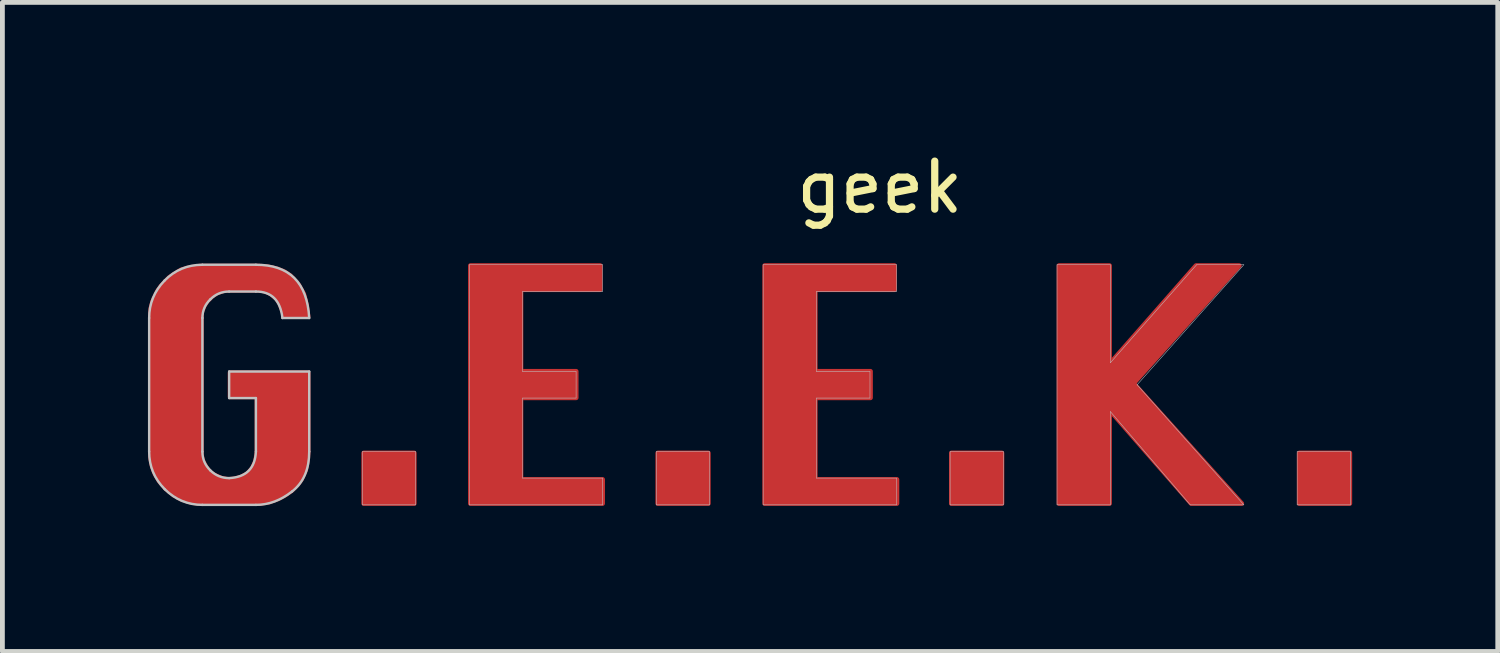
<source format=kicad_pcb>
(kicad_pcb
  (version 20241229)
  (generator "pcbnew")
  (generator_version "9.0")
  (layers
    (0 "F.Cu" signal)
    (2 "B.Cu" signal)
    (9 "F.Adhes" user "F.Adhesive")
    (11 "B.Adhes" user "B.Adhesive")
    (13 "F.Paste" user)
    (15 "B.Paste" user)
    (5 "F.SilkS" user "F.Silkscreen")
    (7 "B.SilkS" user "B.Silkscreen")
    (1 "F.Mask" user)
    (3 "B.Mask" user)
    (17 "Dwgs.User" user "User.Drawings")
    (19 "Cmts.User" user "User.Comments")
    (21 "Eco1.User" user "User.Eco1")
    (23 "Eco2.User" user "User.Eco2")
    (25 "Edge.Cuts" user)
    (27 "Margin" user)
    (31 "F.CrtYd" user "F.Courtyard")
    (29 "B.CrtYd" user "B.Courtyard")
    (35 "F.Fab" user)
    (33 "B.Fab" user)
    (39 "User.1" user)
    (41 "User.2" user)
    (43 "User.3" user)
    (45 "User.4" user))
  (footprint "geek"
    (layer "F.Cu")
    (at 11.64 5.078)
    (property "Reference" "geek" (at 3.62 -4.23 0) (layer "F.SilkS") (effects (font (size 1 1) (thickness 0.15))))
    (attr through_hole)
    (fp_poly (pts (xy -7.12 1.3) (xy -7.12 2.35) (xy -6.07 2.35) (xy -6.07 1.3)) (stroke (width 0.1) (type solid)) (fill yes) (layer "F.Cu"))
    (fp_poly (pts (xy -1 1.3) (xy -1 2.35) (xy 0.05 2.35) (xy 0.05 1.3)) (stroke (width 0.1) (type solid)) (fill yes) (layer "F.Cu"))
    (fp_poly (pts (xy 5.11 1.3) (xy 5.11 2.35) (xy 6.16 2.35) (xy 6.16 1.3)) (stroke (width 0.1) (type solid)) (fill yes) (layer "F.Cu"))
    (fp_poly (pts (xy 12.35 1.3) (xy 12.35 2.35) (xy 13.4 2.35) (xy 13.4 1.3)) (stroke (width 0.1) (type solid)) (fill yes) (layer "F.Cu"))
    (fp_poly (pts (xy 7.35 -2.6) (xy 7.35 2.35) (xy 8.4 2.35) (xy 8.4 0.4) (xy 10.1 2.35) (xy 11.15 2.35) (xy 8.9 -0.15) (xy 11.1 -2.6) (xy 10.2 -2.6) (xy 8.4 -0.55) (xy 8.4 -2.6)) (stroke (width 0.1) (type solid)) (fill yes) (layer "F.Cu"))
    (fp_poly (pts (xy -4.9 -2.6) (xy -4.9 2.35) (xy -2.15 2.35) (xy -2.15 1.85) (xy -3.85 1.85) (xy -3.85 0.15) (xy -2.7 0.15) (xy -2.7 -0.4) (xy -3.85 -0.4) (xy -3.85 -2.1) (xy -2.2 -2.1) (xy -2.2 -2.6)) (stroke (width 0.1) (type solid)) (fill yes) (layer "F.Cu"))
    (fp_poly (pts (xy 1.225 -2.6) (xy 1.225 2.35) (xy 3.975 2.35) (xy 3.975 1.85) (xy 2.275 1.85) (xy 2.275 0.15) (xy 3.425 0.15) (xy 3.425 -0.4) (xy 2.275 -0.4) (xy 2.275 -2.1) (xy 3.925 -2.1) (xy 3.925 -2.6)) (stroke (width 0.1) (type solid)) (fill yes) (layer "F.Cu"))
    (fp_poly (pts (xy -8.79 -1.54) (xy -8.28 -1.54) (xy -8.31 -1.77) (xy -8.37 -2.01) (xy -8.49 -2.22) (xy -8.65 -2.39) (xy -8.77 -2.47) (xy -8.92 -2.53) (xy -9.09 -2.57) (xy -9.3 -2.59) (xy -10.53 -2.59) (xy -10.78 -2.55) (xy -10.92 -2.51) (xy -11.05 -2.43) (xy -11.17 -2.35) (xy -11.34 -2.17) (xy -11.41 -2.07) (xy -11.51 -1.86) (xy -11.55 -1.71) (xy -11.56 -1.54) (xy -11.56 1.28) (xy -11.55 1.43) (xy -11.52 1.58) (xy -11.46 1.74) (xy -11.37 1.89) (xy -11.24 2.04) (xy -11.08 2.17) (xy -10.92 2.26) (xy -10.7 2.33) (xy -10.52 2.35) (xy -9.29 2.35) (xy -9.09 2.32) (xy -8.9 2.25) (xy -8.75 2.17) (xy -8.62 2.08) (xy -8.5 1.96) (xy -8.42 1.85) (xy -8.33 1.65) (xy -8.29 1.45) (xy -8.28 1.29) (xy -8.28 -0.37) (xy -9.9 -0.37) (xy -9.9 0.13) (xy -9.34 0.13) (xy -9.34 1.28) (xy -9.37 1.47) (xy -9.44 1.62) (xy -9.54 1.73) (xy -9.67 1.8) (xy -9.81 1.84) (xy -9.94 1.85) (xy -10.07 1.83) (xy -10.23 1.76) (xy -10.33 1.69) (xy -10.41 1.58) (xy -10.48 1.45) (xy -10.5 1.32) (xy -10.5 -1.55) (xy -10.49 -1.65) (xy -10.44 -1.77) (xy -10.38 -1.86) (xy -10.28 -1.96) (xy -10.18 -2.03) (xy -10.03 -2.08) (xy -9.92 -2.09) (xy -9.34 -2.09) (xy -9.23 -2.08) (xy -9.15 -2.06) (xy -9.05 -2.01) (xy -8.93 -1.91) (xy -8.87 -1.82) (xy -8.83 -1.72) (xy -8.79 -1.61)) (stroke (width 0.1) (type solid)) (fill yes) (layer "F.Cu"))
    (fp_poly (pts (xy -7.15 1.27) (xy -7.15 2.38) (xy -6.04 2.38) (xy -6.04 1.27)) (stroke (width 0.1) (type solid)) (fill yes) (layer "F.Mask"))
    (fp_poly (pts (xy -1.03 1.27) (xy -1.03 2.38) (xy 0.08 2.38) (xy 0.08 1.27)) (stroke (width 0.1) (type solid)) (fill yes) (layer "F.Mask"))
    (fp_poly (pts (xy 5.08 1.27) (xy 5.08 2.38) (xy 6.19 2.38) (xy 6.19 1.27)) (stroke (width 0.1) (type solid)) (fill yes) (layer "F.Mask"))
    (fp_poly (pts (xy 12.32 1.27) (xy 12.32 2.38) (xy 13.43 2.38) (xy 13.43 1.27)) (stroke (width 0.1) (type solid)) (fill yes) (layer "F.Mask"))
    (fp_poly (pts (xy 7.31 -2.62) (xy 7.31 2.38) (xy 8.42 2.38) (xy 8.42 0.44) (xy 10.08 2.38) (xy 11.2 2.38) (xy 8.98 -0.12) (xy 11.2 -2.62) (xy 10.21 -2.62) (xy 8.42 -0.58) (xy 8.42 -2.62)) (stroke (width 0.1) (type solid)) (fill yes) (layer "F.Mask"))
    (fp_poly (pts (xy -4.92 -2.62) (xy -4.92 2.38) (xy -2.15 2.38) (xy -2.15 1.82) (xy -3.81 1.82) (xy -3.81 0.16) (xy -2.7 0.16) (xy -2.7 -0.4) (xy -3.81 -0.4) (xy -3.81 -2.06) (xy -2.15 -2.06) (xy -2.15 -2.62)) (stroke (width 0.1) (type solid)) (fill yes) (layer "F.Mask"))
    (fp_poly (pts (xy 1.2 -2.62) (xy 1.2 2.38) (xy 3.97 2.38) (xy 3.97 1.82) (xy 2.31 1.82) (xy 2.31 0.16) (xy 3.42 0.16) (xy 3.42 -0.4) (xy 2.31 -0.4) (xy 2.31 -2.06) (xy 3.97 -2.06) (xy 3.97 -2.62)) (stroke (width 0.1) (type solid)) (fill yes) (layer "F.Mask"))
    (fp_poly (pts (xy -8.81 -1.51) (xy -8.83 -1.62) (xy -8.85 -1.7) (xy -8.89 -1.8) (xy -8.95 -1.89) (xy -9.02 -1.96) (xy -9.1 -2.01) (xy -9.19 -2.04) (xy -9.3 -2.06) (xy -9.96 -2.06) (xy -10.08 -2.04) (xy -10.18 -2) (xy -10.24 -1.96) (xy -10.31 -1.9) (xy -10.38 -1.82) (xy -10.43 -1.74) (xy -10.47 -1.62) (xy -10.48 -1.52) (xy -10.48 1.3) (xy -10.46 1.42) (xy -10.42 1.52) (xy -10.36 1.61) (xy -10.28 1.69) (xy -10.18 1.76) (xy -10.08 1.8) (xy -9.96 1.82) (xy -9.88 1.82) (xy -9.8 1.81) (xy -9.7 1.78) (xy -9.6 1.74) (xy -9.51 1.67) (xy -9.44 1.57) (xy -9.39 1.46) (xy -9.37 1.34) (xy -9.36 1.27) (xy -9.36 0.16) (xy -9.92 0.16) (xy -9.92 -0.39) (xy -8.26 -0.39) (xy -8.26 1.4) (xy -8.28 1.53) (xy -8.31 1.66) (xy -8.35 1.77) (xy -8.4 1.86) (xy -8.46 1.95) (xy -8.54 2.04) (xy -8.62 2.11) (xy -8.69 2.16) (xy -8.79 2.22) (xy -8.9 2.28) (xy -9.03 2.33) (xy -9.16 2.36) (xy -9.3 2.38) (xy -10.51 2.38) (xy -10.68 2.36) (xy -10.84 2.32) (xy -10.98 2.26) (xy -11.1 2.19) (xy -11.22 2.09) (xy -11.31 2) (xy -11.39 1.9) (xy -11.47 1.77) (xy -11.52 1.66) (xy -11.56 1.51) (xy -11.58 1.39) (xy -11.59 1.27) (xy -11.59 -1.52) (xy -11.57 -1.7) (xy -11.54 -1.84) (xy -11.48 -1.99) (xy -11.43 -2.08) (xy -11.35 -2.19) (xy -11.27 -2.28) (xy -11.18 -2.37) (xy -11.07 -2.45) (xy -10.93 -2.53) (xy -10.79 -2.58) (xy -10.63 -2.61) (xy -10.52 -2.62) (xy -9.31 -2.62) (xy -9.1 -2.6) (xy -8.9 -2.55) (xy -8.74 -2.48) (xy -8.6 -2.38) (xy -8.48 -2.25) (xy -8.39 -2.11) (xy -8.32 -1.92) (xy -8.28 -1.74) (xy -8.26 -1.59) (xy -8.26 -1.51)) (stroke (width 0.1) (type solid)) (fill yes) (layer "F.Mask"))
    (fp_line (start -11.586 1.27) (end -11.586 -1.51) (stroke (width 0.05) (type solid)) (layer "Dwgs.User"))
    (fp_line (start -10.478 -2.618) (end -9.364 -2.618) (stroke (width 0.05) (type solid)) (layer "Dwgs.User"))
    (fp_line (start -10.478 -1.51) (end -10.478 1.27) (stroke (width 0.05) (type solid)) (layer "Dwgs.User"))
    (fp_line (start -9.921 -0.396) (end -8.255 -0.396) (stroke (width 0.05) (type solid)) (layer "Dwgs.User"))
    (fp_line (start -9.921 0.156) (end -9.921 -0.396) (stroke (width 0.05) (type solid)) (layer "Dwgs.User"))
    (fp_line (start -9.364 -2.061) (end -9.921 -2.061) (stroke (width 0.05) (type solid)) (layer "Dwgs.User"))
    (fp_line (start -9.364 0.156) (end -9.921 0.156) (stroke (width 0.05) (type solid)) (layer "Dwgs.User"))
    (fp_line (start -9.364 1.27) (end -9.364 0.156) (stroke (width 0.05) (type solid)) (layer "Dwgs.User"))
    (fp_line (start -9.364 2.379) (end -10.478 2.379) (stroke (width 0.05) (type solid)) (layer "Dwgs.User"))
    (fp_line (start -8.255 -1.51) (end -8.812 -1.51) (stroke (width 0.05) (type solid)) (layer "Dwgs.User"))
    (fp_line (start -8.255 -0.396) (end -8.255 1.27) (stroke (width 0.05) (type solid)) (layer "Dwgs.User"))
    (fp_line (start -7.149 1.27) (end -6.04 1.27) (stroke (width 0.01) (type solid)) (layer "Dwgs.User"))
    (fp_line (start -7.149 2.379) (end -7.149 1.27) (stroke (width 0.01) (type solid)) (layer "Dwgs.User"))
    (fp_line (start -6.04 1.27) (end -6.04 2.379) (stroke (width 0.01) (type solid)) (layer "Dwgs.User"))
    (fp_line (start -6.04 2.379) (end -7.149 2.379) (stroke (width 0.01) (type solid)) (layer "Dwgs.User"))
    (fp_line (start -4.924 -2.618) (end -2.149 -2.618) (stroke (width 0.01) (type solid)) (layer "Dwgs.User"))
    (fp_line (start -4.924 2.379) (end -4.924 -2.618) (stroke (width 0.01) (type solid)) (layer "Dwgs.User"))
    (fp_line (start -3.815 -2.061) (end -3.815 -0.396) (stroke (width 0.01) (type solid)) (layer "Dwgs.User"))
    (fp_line (start -3.815 -0.396) (end -2.701 -0.396) (stroke (width 0.01) (type solid)) (layer "Dwgs.User"))
    (fp_line (start -3.815 0.156) (end -3.815 1.822) (stroke (width 0.01) (type solid)) (layer "Dwgs.User"))
    (fp_line (start -3.815 1.822) (end -2.149 1.822) (stroke (width 0.01) (type solid)) (layer "Dwgs.User"))
    (fp_line (start -2.701 -0.396) (end -2.701 0.156) (stroke (width 0.01) (type solid)) (layer "Dwgs.User"))
    (fp_line (start -2.701 0.156) (end -3.815 0.156) (stroke (width 0.01) (type solid)) (layer "Dwgs.User"))
    (fp_line (start -2.149 -2.618) (end -2.149 -2.061) (stroke (width 0.01) (type solid)) (layer "Dwgs.User"))
    (fp_line (start -2.149 -2.061) (end -3.815 -2.061) (stroke (width 0.01) (type solid)) (layer "Dwgs.User"))
    (fp_line (start -2.149 1.822) (end -2.149 2.379) (stroke (width 0.01) (type solid)) (layer "Dwgs.User"))
    (fp_line (start -2.149 2.379) (end -4.924 2.379) (stroke (width 0.01) (type solid)) (layer "Dwgs.User"))
    (fp_line (start -1.033 1.27) (end 0.076 1.27) (stroke (width 0.01) (type solid)) (layer "Dwgs.User"))
    (fp_line (start -1.033 2.379) (end -1.033 1.27) (stroke (width 0.01) (type solid)) (layer "Dwgs.User"))
    (fp_line (start 0.076 1.27) (end 0.076 2.379) (stroke (width 0.01) (type solid)) (layer "Dwgs.User"))
    (fp_line (start 0.076 2.379) (end -1.033 2.379) (stroke (width 0.01) (type solid)) (layer "Dwgs.User"))
    (fp_line (start 1.192 -2.618) (end 3.967 -2.618) (stroke (width 0.01) (type solid)) (layer "Dwgs.User"))
    (fp_line (start 1.192 2.379) (end 1.192 -2.618) (stroke (width 0.01) (type solid)) (layer "Dwgs.User"))
    (fp_line (start 2.301 -2.061) (end 2.301 -0.396) (stroke (width 0.01) (type solid)) (layer "Dwgs.User"))
    (fp_line (start 2.301 -0.396) (end 3.415 -0.396) (stroke (width 0.01) (type solid)) (layer "Dwgs.User"))
    (fp_line (start 2.301 0.156) (end 2.301 1.822) (stroke (width 0.01) (type solid)) (layer "Dwgs.User"))
    (fp_line (start 2.301 1.822) (end 3.967 1.822) (stroke (width 0.01) (type solid)) (layer "Dwgs.User"))
    (fp_line (start 3.415 -0.396) (end 3.415 0.156) (stroke (width 0.01) (type solid)) (layer "Dwgs.User"))
    (fp_line (start 3.415 0.156) (end 2.301 0.156) (stroke (width 0.01) (type solid)) (layer "Dwgs.User"))
    (fp_line (start 3.967 -2.618) (end 3.967 -2.061) (stroke (width 0.01) (type solid)) (layer "Dwgs.User"))
    (fp_line (start 3.967 -2.061) (end 2.301 -2.061) (stroke (width 0.01) (type solid)) (layer "Dwgs.User"))
    (fp_line (start 3.967 1.822) (end 3.967 2.379) (stroke (width 0.01) (type solid)) (layer "Dwgs.User"))
    (fp_line (start 3.967 2.379) (end 1.192 2.379) (stroke (width 0.01) (type solid)) (layer "Dwgs.User"))
    (fp_line (start 5.083 1.27) (end 6.192 1.27) (stroke (width 0.01) (type solid)) (layer "Dwgs.User"))
    (fp_line (start 5.083 2.379) (end 5.083 1.27) (stroke (width 0.01) (type solid)) (layer "Dwgs.User"))
    (fp_line (start 6.192 1.27) (end 6.192 2.379) (stroke (width 0.01) (type solid)) (layer "Dwgs.User"))
    (fp_line (start 6.192 2.379) (end 5.083 2.379) (stroke (width 0.01) (type solid)) (layer "Dwgs.User"))
    (fp_line (start 7.308 -2.618) (end 8.417 -2.618) (stroke (width 0.01) (type solid)) (layer "Dwgs.User"))
    (fp_line (start 7.308 2.379) (end 7.308 -2.618) (stroke (width 0.01) (type solid)) (layer "Dwgs.User"))
    (fp_line (start 8.417 -2.618) (end 8.417 -0.578) (stroke (width 0.01) (type solid)) (layer "Dwgs.User"))
    (fp_line (start 8.417 -0.578) (end 10.213 -2.618) (stroke (width 0.01) (type solid)) (layer "Dwgs.User"))
    (fp_line (start 8.417 0.437) (end 8.417 2.379) (stroke (width 0.01) (type solid)) (layer "Dwgs.User"))
    (fp_line (start 8.417 2.379) (end 7.308 2.379) (stroke (width 0.01) (type solid)) (layer "Dwgs.User"))
    (fp_line (start 8.974 -0.12) (end 11.196 2.379) (stroke (width 0.01) (type solid)) (layer "Dwgs.User"))
    (fp_line (start 10.082 2.379) (end 8.417 0.437) (stroke (width 0.01) (type solid)) (layer "Dwgs.User"))
    (fp_line (start 10.213 -2.618) (end 11.196 -2.618) (stroke (width 0.01) (type solid)) (layer "Dwgs.User"))
    (fp_line (start 11.196 -2.618) (end 8.974 -0.12) (stroke (width 0.01) (type solid)) (layer "Dwgs.User"))
    (fp_line (start 11.196 2.379) (end 10.082 2.379) (stroke (width 0.01) (type solid)) (layer "Dwgs.User"))
    (fp_line (start 12.305 1.27) (end 13.414 1.27) (stroke (width 0.01) (type solid)) (layer "Dwgs.User"))
    (fp_line (start 12.305 2.379) (end 12.305 1.27) (stroke (width 0.01) (type solid)) (layer "Dwgs.User"))
    (fp_line (start 13.414 1.27) (end 13.414 2.379) (stroke (width 0.01) (type solid)) (layer "Dwgs.User"))
    (fp_line (start 13.414 2.379) (end 12.305 2.379) (stroke (width 0.01) (type solid)) (layer "Dwgs.User"))
    (fp_curve (pts (xy -11.586 -1.51) (xy -11.586 -1.808) (xy -11.48 -2.067) (xy -11.266 -2.288)) (stroke (width 0.05) (type solid)) (layer "Dwgs.User"))
    (fp_curve (pts (xy -11.266 -2.288) (xy -11.051 -2.508) (xy -10.788 -2.618) (xy -10.478 -2.618)) (stroke (width 0.05) (type solid)) (layer "Dwgs.User"))
    (fp_curve (pts (xy -11.261 2.053) (xy -11.478 1.835) (xy -11.586 1.574) (xy -11.586 1.27)) (stroke (width 0.05) (type solid)) (layer "Dwgs.User"))
    (fp_curve (pts (xy -10.478 1.27) (xy -10.478 1.423) (xy -10.423 1.553) (xy -10.314 1.66)) (stroke (width 0.05) (type solid)) (layer "Dwgs.User"))
    (fp_curve (pts (xy -10.478 2.379) (xy -10.781 2.379) (xy -11.042 2.27) (xy -11.261 2.053)) (stroke (width 0.05) (type solid)) (layer "Dwgs.User"))
    (fp_curve (pts (xy -10.314 -1.897) (xy -10.423 -1.79) (xy -10.478 -1.66) (xy -10.478 -1.51)) (stroke (width 0.05) (type solid)) (layer "Dwgs.User"))
    (fp_curve (pts (xy -10.314 1.66) (xy -10.204 1.768) (xy -10.073 1.822) (xy -9.921 1.822)) (stroke (width 0.05) (type solid)) (layer "Dwgs.User"))
    (fp_curve (pts (xy -9.921 -2.061) (xy -10.073 -2.061) (xy -10.204 -2.007) (xy -10.314 -1.897)) (stroke (width 0.05) (type solid)) (layer "Dwgs.User"))
    (fp_curve (pts (xy -9.921 1.822) (xy -9.567 1.804) (xy -9.381 1.62) (xy -9.364 1.27)) (stroke (width 0.05) (type solid)) (layer "Dwgs.User"))
    (fp_curve (pts (xy -9.364 -2.618) (xy -8.666 -2.618) (xy -8.297 -2.249) (xy -8.255 -1.51)) (stroke (width 0.05) (type solid)) (layer "Dwgs.User"))
    (fp_curve (pts (xy -8.812 -1.51) (xy -8.855 -1.877) (xy -9.039 -2.061) (xy -9.364 -2.061)) (stroke (width 0.05) (type solid)) (layer "Dwgs.User"))
    (fp_curve (pts (xy -8.612 2.1) (xy -8.848 2.286) (xy -9.098 2.379) (xy -9.364 2.379)) (stroke (width 0.05) (type solid)) (layer "Dwgs.User"))
    (fp_curve (pts (xy -8.255 1.27) (xy -8.255 1.638) (xy -8.374 1.915) (xy -8.612 2.1)) (stroke (width 0.05) (type solid)) (layer "Dwgs.User")))
  (gr_rect
    (start -3 -3)
    (end 28.12 10.508)
    (stroke (width 0.1) (type default))
    (fill no)
    (layer "Edge.Cuts")))
</source>
